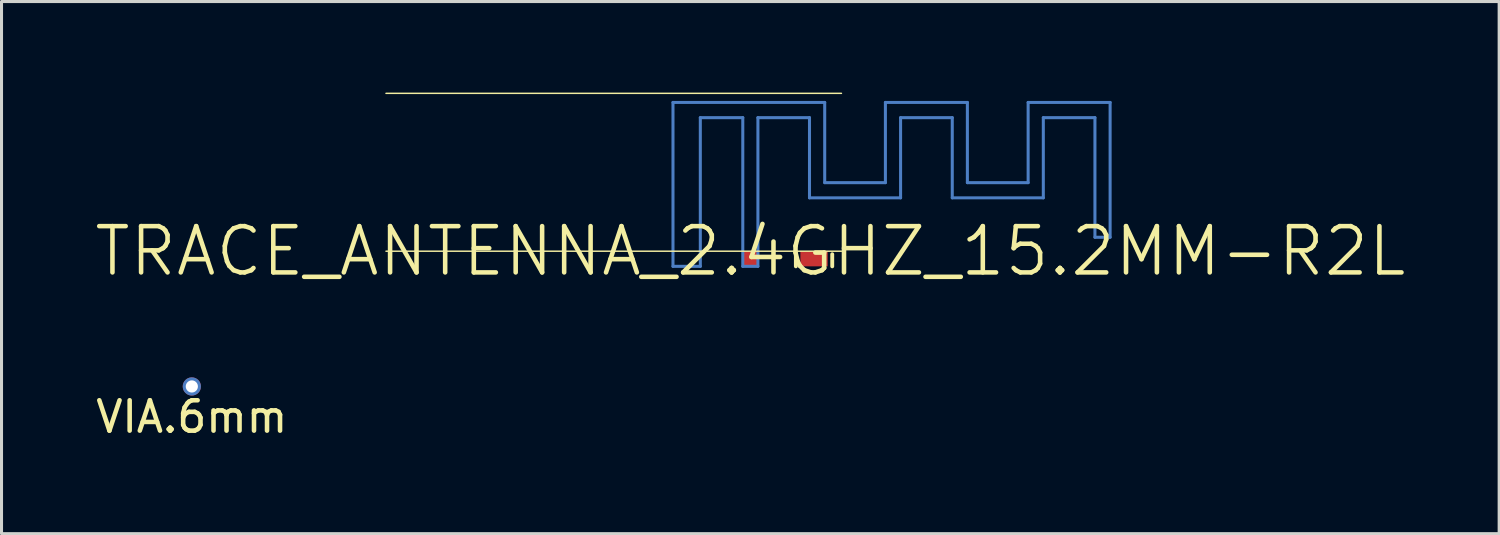
<source format=kicad_pcb>
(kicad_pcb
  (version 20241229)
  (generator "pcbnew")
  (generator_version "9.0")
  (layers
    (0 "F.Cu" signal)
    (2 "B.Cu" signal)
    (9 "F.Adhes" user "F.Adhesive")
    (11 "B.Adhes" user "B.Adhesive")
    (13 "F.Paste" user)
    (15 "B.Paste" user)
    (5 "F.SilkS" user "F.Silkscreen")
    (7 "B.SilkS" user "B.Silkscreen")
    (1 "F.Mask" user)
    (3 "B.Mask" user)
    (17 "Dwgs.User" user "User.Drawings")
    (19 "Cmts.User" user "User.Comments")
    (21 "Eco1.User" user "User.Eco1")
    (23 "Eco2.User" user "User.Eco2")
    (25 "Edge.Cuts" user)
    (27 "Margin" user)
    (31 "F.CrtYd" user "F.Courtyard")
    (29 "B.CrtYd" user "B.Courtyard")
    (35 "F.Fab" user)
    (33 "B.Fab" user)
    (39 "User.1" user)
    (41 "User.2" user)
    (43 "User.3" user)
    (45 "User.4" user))
  (footprint "TRACE_ANTENNA_2.4GHZ_15.2MM-R2L"
    (layer "F.Cu")
    (at 21.663 5.224)
    (property "Reference" "TRACE_ANTENNA_2.4GHZ_15.2MM-R2L" (at 0 0 0) (layer "F.SilkS") (effects (font (size 1.524 1.524) (thickness 0.15))))
    (attr smd)
    (fp_line (start -2.548 -4.9) (end 2.449 -4.9) (stroke (width 0.1) (type solid)) (layer "B.Cu"))
    (fp_line (start -2.548 0.498) (end -2.548 -4.9) (stroke (width 0.1) (type solid)) (layer "B.Cu"))
    (fp_line (start -1.648 -4.399) (end -1.648 0.498) (stroke (width 0.1) (type solid)) (layer "B.Cu"))
    (fp_line (start -1.648 0.498) (end -2.548 0.498) (stroke (width 0.1) (type solid)) (layer "B.Cu"))
    (fp_line (start -0.249 -4.399) (end -1.648 -4.399) (stroke (width 0.1) (type solid)) (layer "B.Cu"))
    (fp_line (start -0.249 0.498) (end -0.249 -4.399) (stroke (width 0.1) (type solid)) (layer "B.Cu"))
    (fp_line (start 0.249 -4.399) (end 0.249 0.498) (stroke (width 0.1) (type solid)) (layer "B.Cu"))
    (fp_line (start 0.249 0.498) (end -0.249 0.498) (stroke (width 0.1) (type solid)) (layer "B.Cu"))
    (fp_line (start 1.948 -4.399) (end 0.249 -4.399) (stroke (width 0.1) (type solid)) (layer "B.Cu"))
    (fp_line (start 1.948 -1.758) (end 1.948 -4.399) (stroke (width 0.1) (type solid)) (layer "B.Cu"))
    (fp_line (start 2.449 -4.9) (end 2.449 -2.258) (stroke (width 0.1) (type solid)) (layer "B.Cu"))
    (fp_line (start 2.449 -2.258) (end 4.448 -2.258) (stroke (width 0.1) (type solid)) (layer "B.Cu"))
    (fp_line (start 4.448 -4.9) (end 7.148 -4.9) (stroke (width 0.1) (type solid)) (layer "B.Cu"))
    (fp_line (start 4.448 -2.258) (end 4.448 -4.9) (stroke (width 0.1) (type solid)) (layer "B.Cu"))
    (fp_line (start 4.948 -4.399) (end 4.948 -1.758) (stroke (width 0.1) (type solid)) (layer "B.Cu"))
    (fp_line (start 4.948 -1.758) (end 1.948 -1.758) (stroke (width 0.1) (type solid)) (layer "B.Cu"))
    (fp_line (start 6.65 -4.399) (end 4.948 -4.399) (stroke (width 0.1) (type solid)) (layer "B.Cu"))
    (fp_line (start 6.65 -1.758) (end 6.65 -4.399) (stroke (width 0.1) (type solid)) (layer "B.Cu"))
    (fp_line (start 7.148 -4.9) (end 7.148 -2.258) (stroke (width 0.1) (type solid)) (layer "B.Cu"))
    (fp_line (start 7.148 -2.258) (end 9.149 -2.258) (stroke (width 0.1) (type solid)) (layer "B.Cu"))
    (fp_line (start 9.149 -4.9) (end 11.849 -4.9) (stroke (width 0.1) (type solid)) (layer "B.Cu"))
    (fp_line (start 9.149 -2.258) (end 9.149 -4.9) (stroke (width 0.1) (type solid)) (layer "B.Cu"))
    (fp_line (start 9.649 -4.399) (end 9.649 -1.758) (stroke (width 0.1) (type solid)) (layer "B.Cu"))
    (fp_line (start 9.649 -1.758) (end 6.65 -1.758) (stroke (width 0.1) (type solid)) (layer "B.Cu"))
    (fp_line (start 11.349 -4.399) (end 9.649 -4.399) (stroke (width 0.1) (type solid)) (layer "B.Cu"))
    (fp_line (start 11.349 -0.46) (end 11.349 -4.399) (stroke (width 0.1) (type solid)) (layer "B.Cu"))
    (fp_line (start 11.849 -4.9) (end 11.849 -0.46) (stroke (width 0.1) (type solid)) (layer "B.Cu"))
    (fp_line (start 11.849 -0.46) (end 11.349 -0.46) (stroke (width 0.1) (type solid)) (layer "B.Cu"))
    (fp_line (start 1.499 0.498) (end 1.499 0.099) (stroke (width 0.127) (type solid)) (layer "F.SilkS"))
    (fp_line (start 2.697 0.498) (end 2.697 0.099) (stroke (width 0.127) (type solid)) (layer "F.SilkS"))
    (fp_line (start 3 -5.199) (end -12 -5.199) (stroke (width 0.048) (type solid)) (layer "F.SilkS"))
    (fp_line (start 3 0) (end -12 0) (stroke (width 0.048) (type solid)) (layer "F.SilkS"))
    (pad "ANT" smd rect (at 0 0.249) (size 0.498 0.498) (layers "F.Cu" "F.Mask" "F.Paste"))
    (pad "GND" smd rect (at 2.098 0.249) (size 0.899 0.498) (layers "F.Cu" "F.Mask" "F.Paste")))
  (footprint "VIA.6mm"
    (layer "F.Cu")
    (at 3.268 9.678)
    (property "Reference" "VIA.6mm" (at 0 1 0) (layer "F.SilkS") (effects (font (size 1 1) (thickness 0.15))))
    (attr through_hole)
    (pad "1" thru_hole circle (at 0 0) (size 0.6 0.6) (drill 0.4) (layers "*.Cu")))
  (gr_rect
    (start -3 -3)
    (end 46.325 14.527)
    (stroke (width 0.1) (type default))
    (fill no)
    (layer "Edge.Cuts")))
</source>
